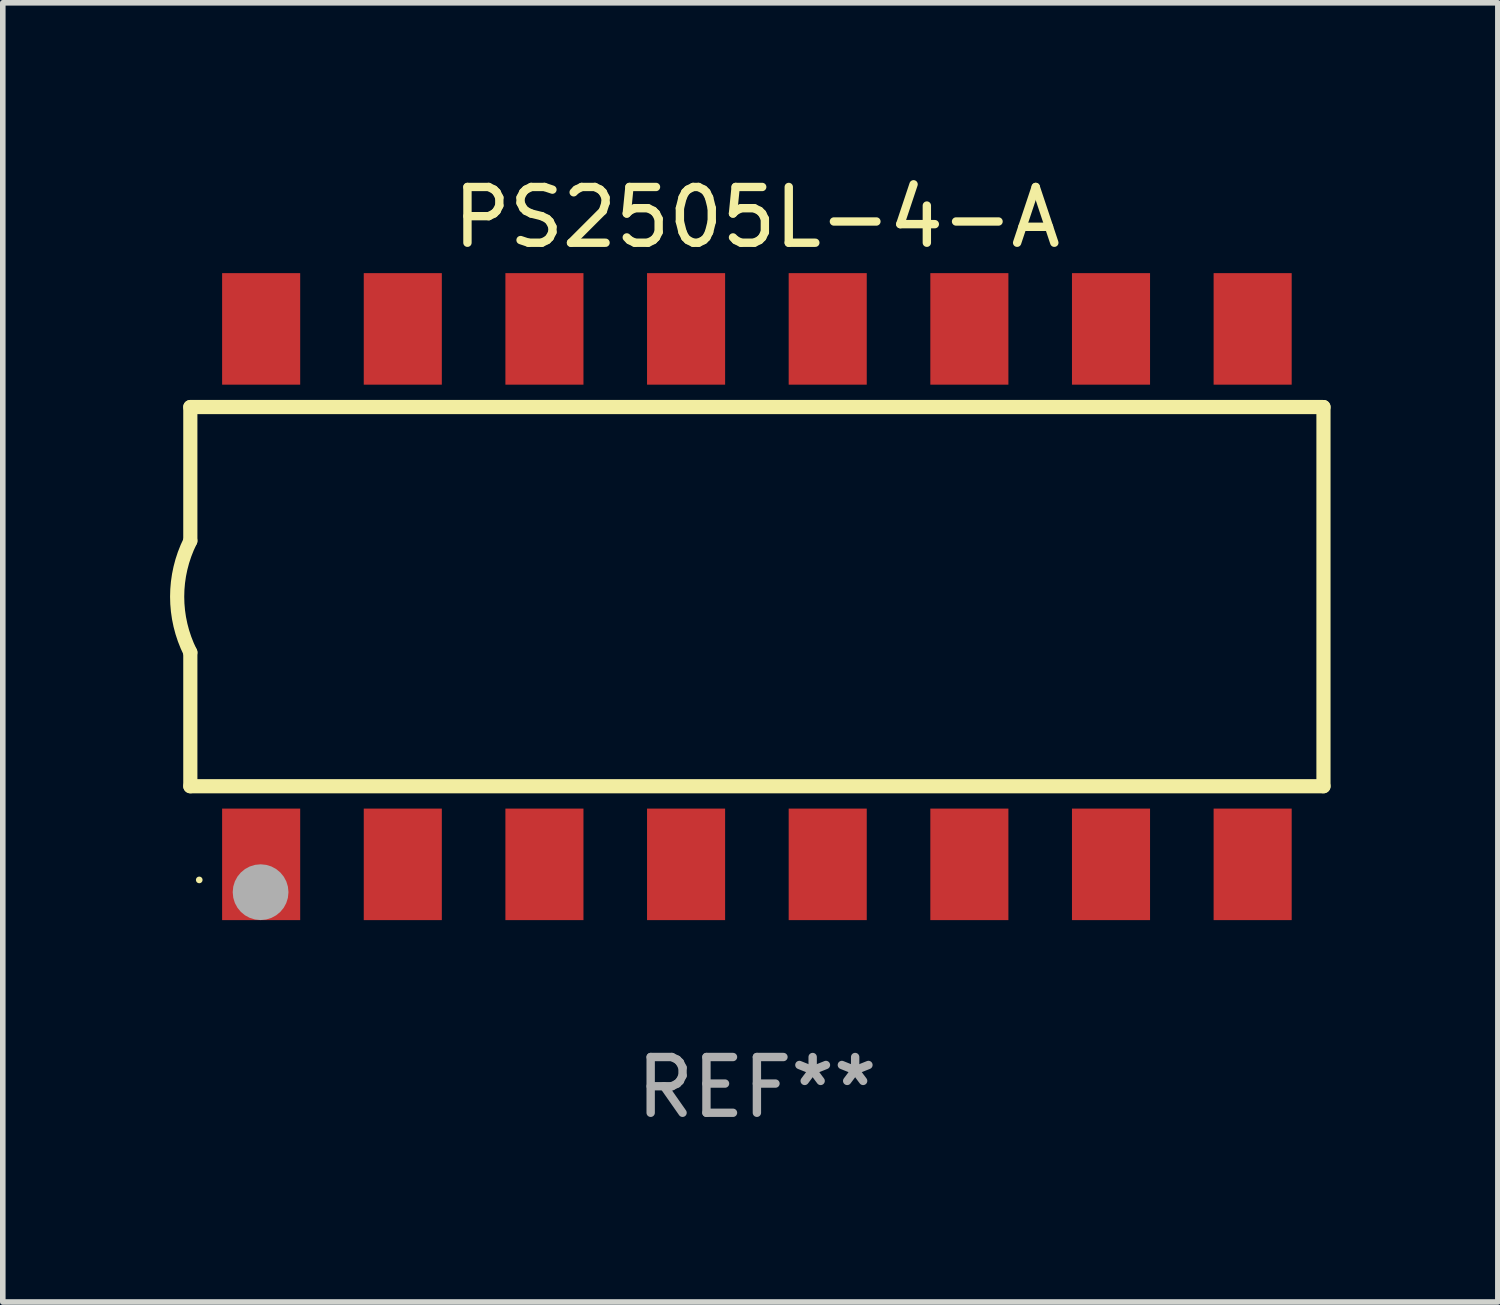
<source format=kicad_pcb>
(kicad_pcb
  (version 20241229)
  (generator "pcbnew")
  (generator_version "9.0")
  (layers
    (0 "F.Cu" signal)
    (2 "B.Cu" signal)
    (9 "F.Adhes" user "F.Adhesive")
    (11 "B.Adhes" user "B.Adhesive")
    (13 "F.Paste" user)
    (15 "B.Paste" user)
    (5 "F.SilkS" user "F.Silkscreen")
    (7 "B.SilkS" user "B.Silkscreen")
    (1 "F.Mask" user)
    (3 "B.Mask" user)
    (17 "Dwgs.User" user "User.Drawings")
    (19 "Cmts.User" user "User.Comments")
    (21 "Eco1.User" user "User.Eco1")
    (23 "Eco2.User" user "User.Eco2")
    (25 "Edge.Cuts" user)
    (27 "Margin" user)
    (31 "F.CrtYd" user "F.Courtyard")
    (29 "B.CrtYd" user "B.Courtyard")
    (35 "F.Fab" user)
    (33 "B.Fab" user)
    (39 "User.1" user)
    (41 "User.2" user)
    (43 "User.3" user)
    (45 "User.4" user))
  (footprint "PS2505L-4-A"
    (layer "F.Cu")
    (at 10.523 7.649)
    (property "Reference" "PS2505L-4-A" (at 0 -6.801 0) (layer "F.SilkS") (effects (font (size 1 1) (thickness 0.15))))
    (attr through_hole)
    (fp_line (start -10.16 -3.4) (end -10.16 -1) (stroke (width 0.254) (type solid)) (layer "F.SilkS"))
    (fp_line (start -10.16 3.4) (end -10.16 1) (stroke (width 0.254) (type solid)) (layer "F.SilkS"))
    (fp_line (start 10.16 -3.4) (end -10.16 -3.4) (stroke (width 0.254) (type solid)) (layer "F.SilkS"))
    (fp_line (start 10.16 -3.4) (end 10.16 3.4) (stroke (width 0.254) (type solid)) (layer "F.SilkS"))
    (fp_line (start 10.16 3.4) (end -10.16 3.4) (stroke (width 0.254) (type solid)) (layer "F.SilkS"))
    (fp_arc (start -10.16002 1.000762) (mid -10.396178 0.000381) (end -10.16002 -1) (stroke (width 0.254001) (type solid)) (layer "F.SilkS"))
    (fp_circle (center -10 5.08) (end -9.97 5.08) (stroke (width 0.06) (type solid)) (fill no) (layer "F.SilkS"))
    (fp_circle (center -8.9 5.3) (end -8.65 5.3) (stroke (width 0.5) (type solid)) (fill no) (layer "F.Fab"))
    (fp_text user "REF**" (at 0 8.801 0) (layer "F.Fab") (effects (font (size 1 1) (thickness 0.15))))
    (pad "1" smd rect (at -8.89 4.801 180) (size 1.4 2) (layers "F.Cu" "F.Mask" "F.Paste"))
    (pad "2" smd rect (at -6.35 4.801 180) (size 1.4 2) (layers "F.Cu" "F.Mask" "F.Paste"))
    (pad "3" smd rect (at -3.81 4.801 180) (size 1.4 2) (layers "F.Cu" "F.Mask" "F.Paste"))
    (pad "4" smd rect (at -1.27 4.801 180) (size 1.4 2) (layers "F.Cu" "F.Mask" "F.Paste"))
    (pad "5" smd rect (at 1.27 4.801 180) (size 1.4 2) (layers "F.Cu" "F.Mask" "F.Paste"))
    (pad "6" smd rect (at 3.81 4.801 180) (size 1.4 2) (layers "F.Cu" "F.Mask" "F.Paste"))
    (pad "7" smd rect (at 6.35 4.801 180) (size 1.4 2) (layers "F.Cu" "F.Mask" "F.Paste"))
    (pad "8" smd rect (at 8.89 4.801 180) (size 1.4 2) (layers "F.Cu" "F.Mask" "F.Paste"))
    (pad "9" smd rect (at 8.89 -4.801 180) (size 1.4 2) (layers "F.Cu" "F.Mask" "F.Paste"))
    (pad "10" smd rect (at 6.35 -4.801 180) (size 1.4 2) (layers "F.Cu" "F.Mask" "F.Paste"))
    (pad "11" smd rect (at 3.81 -4.801 180) (size 1.4 2) (layers "F.Cu" "F.Mask" "F.Paste"))
    (pad "12" smd rect (at 1.27 -4.801 180) (size 1.4 2) (layers "F.Cu" "F.Mask" "F.Paste"))
    (pad "13" smd rect (at -1.27 -4.801 180) (size 1.4 2) (layers "F.Cu" "F.Mask" "F.Paste"))
    (pad "14" smd rect (at -3.81 -4.801 180) (size 1.4 2) (layers "F.Cu" "F.Mask" "F.Paste"))
    (pad "15" smd rect (at -6.35 -4.801 180) (size 1.4 2) (layers "F.Cu" "F.Mask" "F.Paste"))
    (pad "16" smd rect (at -8.89 -4.801 180) (size 1.4 2) (layers "F.Cu" "F.Mask" "F.Paste")))
  (gr_rect
    (start -3 -3)
    (end 23.81 20.298)
    (stroke (width 0.1) (type default))
    (fill no)
    (layer "Edge.Cuts")))
</source>
